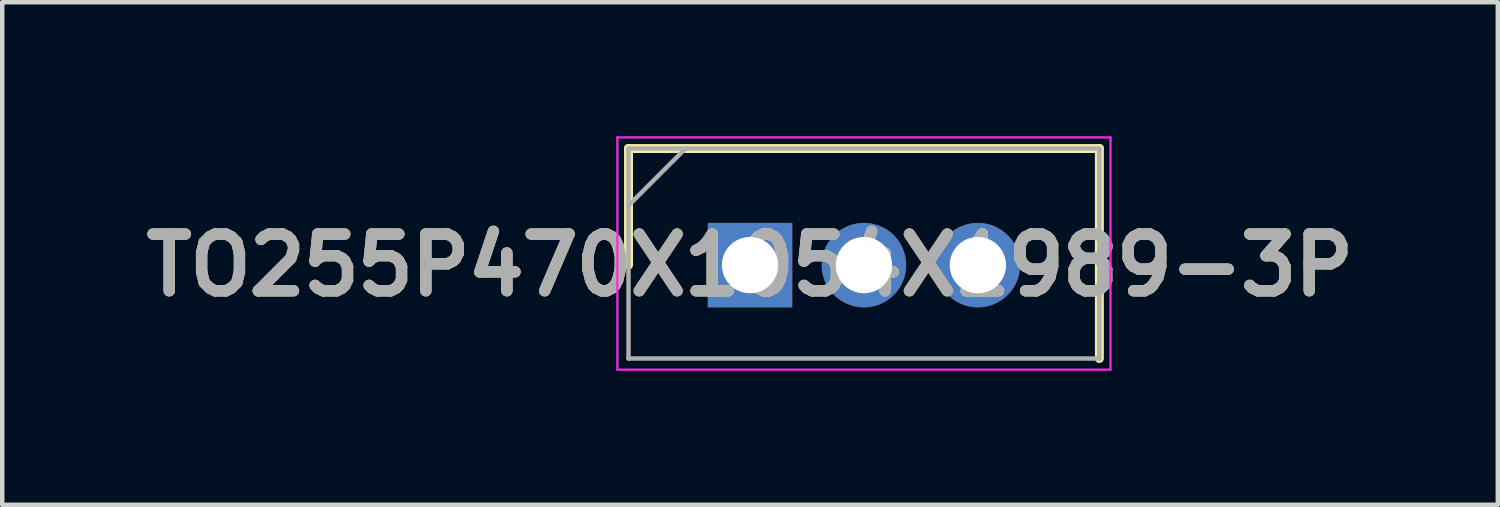
<source format=kicad_pcb>
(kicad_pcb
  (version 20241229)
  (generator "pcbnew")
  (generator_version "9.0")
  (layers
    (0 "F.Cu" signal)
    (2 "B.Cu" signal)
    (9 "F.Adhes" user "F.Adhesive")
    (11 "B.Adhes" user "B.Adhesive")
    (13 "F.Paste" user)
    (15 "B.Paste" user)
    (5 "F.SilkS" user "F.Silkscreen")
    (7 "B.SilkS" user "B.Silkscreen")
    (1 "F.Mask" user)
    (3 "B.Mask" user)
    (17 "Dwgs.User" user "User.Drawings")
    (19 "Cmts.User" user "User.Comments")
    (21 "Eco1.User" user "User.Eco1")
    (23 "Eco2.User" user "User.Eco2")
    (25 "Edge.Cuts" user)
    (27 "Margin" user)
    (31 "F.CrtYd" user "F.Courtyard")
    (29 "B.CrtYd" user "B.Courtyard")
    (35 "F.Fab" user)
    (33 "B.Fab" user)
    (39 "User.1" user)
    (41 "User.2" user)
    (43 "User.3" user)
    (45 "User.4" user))
  (footprint "TO255P470X1054X1989-3P"
    (layer "F.Cu")
    (at 13.74 2.885)
    (property "Reference" "TO255P470X1054X1989-3P" (at 0 0 0) (layer "F.SilkS") (effects (font (size 1.27 1.27) (thickness 0.254))))
    (attr through_hole)
    (fp_line (start -2.72 -2.61) (end -2.72 0) (stroke (width 0.2) (type solid)) (layer "F.SilkS"))
    (fp_line (start 7.82 -2.61) (end -2.72 -2.61) (stroke (width 0.2) (type solid)) (layer "F.SilkS"))
    (fp_line (start 7.82 2.09) (end 7.82 -2.61) (stroke (width 0.2) (type solid)) (layer "F.SilkS"))
    (fp_line (start -2.97 -2.86) (end 8.07 -2.86) (stroke (width 0.05) (type solid)) (layer "F.CrtYd"))
    (fp_line (start -2.97 2.34) (end -2.97 -2.86) (stroke (width 0.05) (type solid)) (layer "F.CrtYd"))
    (fp_line (start 8.07 -2.86) (end 8.07 2.34) (stroke (width 0.05) (type solid)) (layer "F.CrtYd"))
    (fp_line (start 8.07 2.34) (end -2.97 2.34) (stroke (width 0.05) (type solid)) (layer "F.CrtYd"))
    (fp_line (start -2.72 -2.61) (end 7.82 -2.61) (stroke (width 0.1) (type solid)) (layer "F.Fab"))
    (fp_line (start -2.72 -1.335) (end -1.445 -2.61) (stroke (width 0.1) (type solid)) (layer "F.Fab"))
    (fp_line (start -2.72 2.09) (end -2.72 -2.61) (stroke (width 0.1) (type solid)) (layer "F.Fab"))
    (fp_line (start 7.82 -2.61) (end 7.82 2.09) (stroke (width 0.1) (type solid)) (layer "F.Fab"))
    (fp_line (start 7.82 2.09) (end -2.72 2.09) (stroke (width 0.1) (type solid)) (layer "F.Fab"))
    (fp_text user "${REFERENCE}" (at 0 0 0) (layer "F.Fab") (effects (font (size 1.27 1.27) (thickness 0.254))))
    (pad "1" thru_hole rect (at 0 0) (size 1.89 1.89) (drill 1.26) (layers "*.Cu" "*.Mask"))
    (pad "2" thru_hole circle (at 2.55 0) (size 1.89 1.89) (drill 1.26) (layers "*.Cu" "*.Mask"))
    (pad "3" thru_hole circle (at 5.1 0) (size 1.89 1.89) (drill 1.26) (layers "*.Cu" "*.Mask")))
  (gr_rect
    (start -3 -3)
    (end 30.48 8.25)
    (stroke (width 0.1) (type default))
    (fill no)
    (layer "Edge.Cuts")))
</source>
